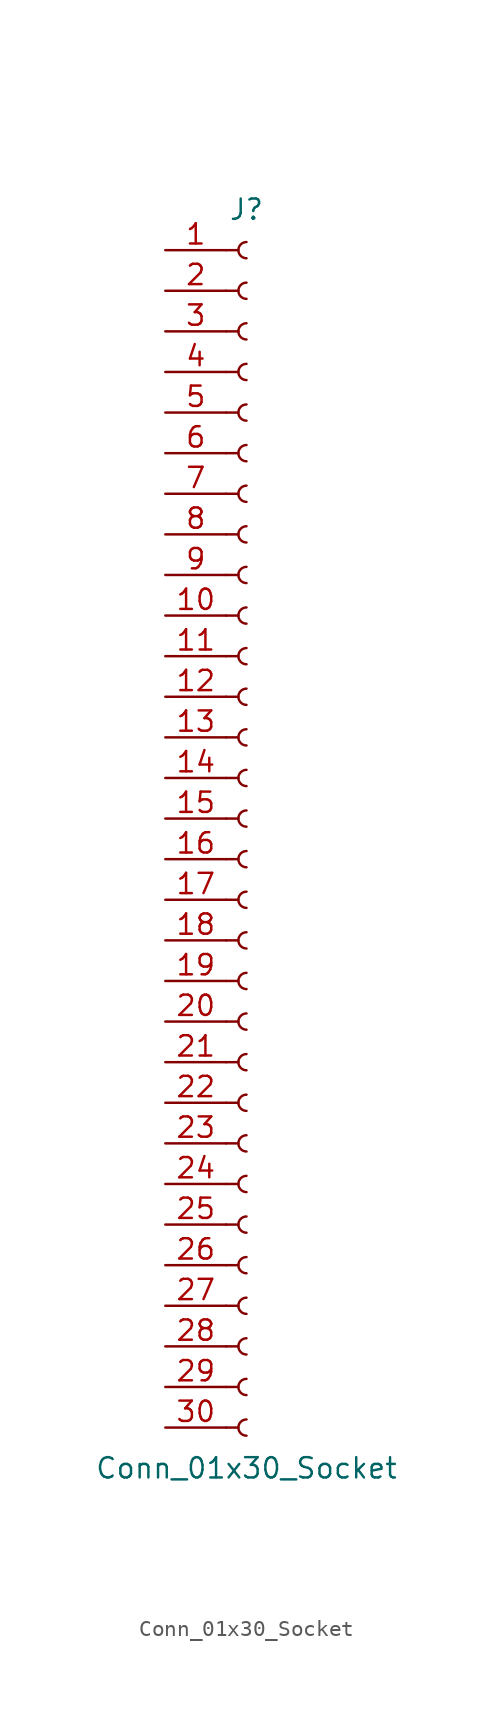
<source format=kicad_sym>
(kicad_symbol_lib
  (version 20241209)
  (generator "kicad_symbol_editor")
  (generator_version "9.0")
  (symbol "Conn_01x30_Socket"
    (pin_names
      (offset 1.016)
      (hide yes))
    (property "Reference" "J"
      (at 0 38.1 0)
      (effects (font (size 1.27 1.27))))
    (property "Value" "Conn_01x30_Socket"
      (at 0 -40.64 0)
      (effects (font (size 1.27 1.27))))
    (property "ki_locked" ""
      (at 0 0 0)
      (effects (font (size 1.27 1.27))))
    (symbol "Conn_01x30_Socket_1_1"
      (polyline (pts (xy -1.27 35.56) (xy -0.508 35.56)) (stroke (width 0.152) (type default)) (fill (type none)))
      (polyline (pts (xy -1.27 33.02) (xy -0.508 33.02)) (stroke (width 0.152) (type default)) (fill (type none)))
      (polyline (pts (xy -1.27 30.48) (xy -0.508 30.48)) (stroke (width 0.152) (type default)) (fill (type none)))
      (polyline (pts (xy -1.27 27.94) (xy -0.508 27.94)) (stroke (width 0.152) (type default)) (fill (type none)))
      (polyline (pts (xy -1.27 25.4) (xy -0.508 25.4)) (stroke (width 0.152) (type default)) (fill (type none)))
      (polyline (pts (xy -1.27 22.86) (xy -0.508 22.86)) (stroke (width 0.152) (type default)) (fill (type none)))
      (polyline (pts (xy -1.27 20.32) (xy -0.508 20.32)) (stroke (width 0.152) (type default)) (fill (type none)))
      (polyline (pts (xy -1.27 17.78) (xy -0.508 17.78)) (stroke (width 0.152) (type default)) (fill (type none)))
      (polyline (pts (xy -1.27 15.24) (xy -0.508 15.24)) (stroke (width 0.152) (type default)) (fill (type none)))
      (polyline (pts (xy -1.27 12.7) (xy -0.508 12.7)) (stroke (width 0.152) (type default)) (fill (type none)))
      (polyline (pts (xy -1.27 10.16) (xy -0.508 10.16)) (stroke (width 0.152) (type default)) (fill (type none)))
      (polyline (pts (xy -1.27 7.62) (xy -0.508 7.62)) (stroke (width 0.152) (type default)) (fill (type none)))
      (polyline (pts (xy -1.27 5.08) (xy -0.508 5.08)) (stroke (width 0.152) (type default)) (fill (type none)))
      (polyline (pts (xy -1.27 2.54) (xy -0.508 2.54)) (stroke (width 0.152) (type default)) (fill (type none)))
      (polyline (pts (xy -1.27 0) (xy -0.508 0)) (stroke (width 0.152) (type default)) (fill (type none)))
      (polyline (pts (xy -1.27 -2.54) (xy -0.508 -2.54)) (stroke (width 0.152) (type default)) (fill (type none)))
      (polyline (pts (xy -1.27 -5.08) (xy -0.508 -5.08)) (stroke (width 0.152) (type default)) (fill (type none)))
      (polyline (pts (xy -1.27 -7.62) (xy -0.508 -7.62)) (stroke (width 0.152) (type default)) (fill (type none)))
      (polyline (pts (xy -1.27 -10.16) (xy -0.508 -10.16)) (stroke (width 0.152) (type default)) (fill (type none)))
      (polyline (pts (xy -1.27 -12.7) (xy -0.508 -12.7)) (stroke (width 0.152) (type default)) (fill (type none)))
      (polyline (pts (xy -1.27 -15.24) (xy -0.508 -15.24)) (stroke (width 0.152) (type default)) (fill (type none)))
      (polyline (pts (xy -1.27 -17.78) (xy -0.508 -17.78)) (stroke (width 0.152) (type default)) (fill (type none)))
      (polyline (pts (xy -1.27 -20.32) (xy -0.508 -20.32)) (stroke (width 0.152) (type default)) (fill (type none)))
      (polyline (pts (xy -1.27 -22.86) (xy -0.508 -22.86)) (stroke (width 0.152) (type default)) (fill (type none)))
      (polyline (pts (xy -1.27 -25.4) (xy -0.508 -25.4)) (stroke (width 0.152) (type default)) (fill (type none)))
      (polyline (pts (xy -1.27 -27.94) (xy -0.508 -27.94)) (stroke (width 0.152) (type default)) (fill (type none)))
      (polyline (pts (xy -1.27 -30.48) (xy -0.508 -30.48)) (stroke (width 0.152) (type default)) (fill (type none)))
      (polyline (pts (xy -1.27 -33.02) (xy -0.508 -33.02)) (stroke (width 0.152) (type default)) (fill (type none)))
      (polyline (pts (xy -1.27 -35.56) (xy -0.508 -35.56)) (stroke (width 0.152) (type default)) (fill (type none)))
      (polyline (pts (xy -1.27 -38.1) (xy -0.508 -38.1)) (stroke (width 0.152) (type default)) (fill (type none)))
      (arc (start 0 35.052) (mid -0.5058 35.56) (end 0 36.068) (stroke (width 0.1524) (type default)) (fill (type none)))
      (arc (start 0 32.512) (mid -0.5058 33.02) (end 0 33.528) (stroke (width 0.1524) (type default)) (fill (type none)))
      (arc (start 0 29.972) (mid -0.5058 30.48) (end 0 30.988) (stroke (width 0.1524) (type default)) (fill (type none)))
      (arc (start 0 27.432) (mid -0.5058 27.94) (end 0 28.448) (stroke (width 0.1524) (type default)) (fill (type none)))
      (arc (start 0 24.892) (mid -0.5058 25.4) (end 0 25.908) (stroke (width 0.1524) (type default)) (fill (type none)))
      (arc (start 0 22.352) (mid -0.5058 22.86) (end 0 23.368) (stroke (width 0.1524) (type default)) (fill (type none)))
      (arc (start 0 19.812) (mid -0.5058 20.32) (end 0 20.828) (stroke (width 0.1524) (type default)) (fill (type none)))
      (arc (start 0 17.272) (mid -0.5058 17.78) (end 0 18.288) (stroke (width 0.1524) (type default)) (fill (type none)))
      (arc (start 0 14.732) (mid -0.5058 15.24) (end 0 15.748) (stroke (width 0.1524) (type default)) (fill (type none)))
      (arc (start 0 12.192) (mid -0.5058 12.7) (end 0 13.208) (stroke (width 0.1524) (type default)) (fill (type none)))
      (arc (start 0 9.652) (mid -0.5058 10.16) (end 0 10.668) (stroke (width 0.1524) (type default)) (fill (type none)))
      (arc (start 0 7.112) (mid -0.5058 7.62) (end 0 8.128) (stroke (width 0.1524) (type default)) (fill (type none)))
      (arc (start 0 4.572) (mid -0.5058 5.08) (end 0 5.588) (stroke (width 0.1524) (type default)) (fill (type none)))
      (arc (start 0 2.032) (mid -0.5058 2.54) (end 0 3.048) (stroke (width 0.1524) (type default)) (fill (type none)))
      (arc (start 0 -0.508) (mid -0.5058 0) (end 0 0.508) (stroke (width 0.1524) (type default)) (fill (type none)))
      (arc (start 0 -3.048) (mid -0.5058 -2.54) (end 0 -2.032) (stroke (width 0.1524) (type default)) (fill (type none)))
      (arc (start 0 -5.588) (mid -0.5058 -5.08) (end 0 -4.572) (stroke (width 0.1524) (type default)) (fill (type none)))
      (arc (start 0 -8.128) (mid -0.5058 -7.62) (end 0 -7.112) (stroke (width 0.1524) (type default)) (fill (type none)))
      (arc (start 0 -10.668) (mid -0.5058 -10.16) (end 0 -9.652) (stroke (width 0.1524) (type default)) (fill (type none)))
      (arc (start 0 -13.208) (mid -0.5058 -12.7) (end 0 -12.192) (stroke (width 0.1524) (type default)) (fill (type none)))
      (arc (start 0 -15.748) (mid -0.5058 -15.24) (end 0 -14.732) (stroke (width 0.1524) (type default)) (fill (type none)))
      (arc (start 0 -18.288) (mid -0.5058 -17.78) (end 0 -17.272) (stroke (width 0.1524) (type default)) (fill (type none)))
      (arc (start 0 -20.828) (mid -0.5058 -20.32) (end 0 -19.812) (stroke (width 0.1524) (type default)) (fill (type none)))
      (arc (start 0 -23.368) (mid -0.5058 -22.86) (end 0 -22.352) (stroke (width 0.1524) (type default)) (fill (type none)))
      (arc (start 0 -25.908) (mid -0.5058 -25.4) (end 0 -24.892) (stroke (width 0.1524) (type default)) (fill (type none)))
      (arc (start 0 -28.448) (mid -0.5058 -27.94) (end 0 -27.432) (stroke (width 0.1524) (type default)) (fill (type none)))
      (arc (start 0 -30.988) (mid -0.5058 -30.48) (end 0 -29.972) (stroke (width 0.1524) (type default)) (fill (type none)))
      (arc (start 0 -33.528) (mid -0.5058 -33.02) (end 0 -32.512) (stroke (width 0.1524) (type default)) (fill (type none)))
      (arc (start 0 -36.068) (mid -0.5058 -35.56) (end 0 -35.052) (stroke (width 0.1524) (type default)) (fill (type none)))
      (arc (start 0 -38.608) (mid -0.5058 -38.1) (end 0 -37.592) (stroke (width 0.1524) (type default)) (fill (type none)))
      (pin passive line (at -5.08 35.56 0) (length 3.81) (name "Pin_1" (effects (font (size 1.27 1.27)))) (number "1" (effects (font (size 1.27 1.27)))))
      (pin passive line (at -5.08 33.02 0) (length 3.81) (name "Pin_2" (effects (font (size 1.27 1.27)))) (number "2" (effects (font (size 1.27 1.27)))))
      (pin passive line (at -5.08 30.48 0) (length 3.81) (name "Pin_3" (effects (font (size 1.27 1.27)))) (number "3" (effects (font (size 1.27 1.27)))))
      (pin passive line (at -5.08 27.94 0) (length 3.81) (name "Pin_4" (effects (font (size 1.27 1.27)))) (number "4" (effects (font (size 1.27 1.27)))))
      (pin passive line (at -5.08 25.4 0) (length 3.81) (name "Pin_5" (effects (font (size 1.27 1.27)))) (number "5" (effects (font (size 1.27 1.27)))))
      (pin passive line (at -5.08 22.86 0) (length 3.81) (name "Pin_6" (effects (font (size 1.27 1.27)))) (number "6" (effects (font (size 1.27 1.27)))))
      (pin passive line (at -5.08 20.32 0) (length 3.81) (name "Pin_7" (effects (font (size 1.27 1.27)))) (number "7" (effects (font (size 1.27 1.27)))))
      (pin passive line (at -5.08 17.78 0) (length 3.81) (name "Pin_8" (effects (font (size 1.27 1.27)))) (number "8" (effects (font (size 1.27 1.27)))))
      (pin passive line (at -5.08 15.24 0) (length 3.81) (name "Pin_9" (effects (font (size 1.27 1.27)))) (number "9" (effects (font (size 1.27 1.27)))))
      (pin passive line (at -5.08 12.7 0) (length 3.81) (name "Pin_10" (effects (font (size 1.27 1.27)))) (number "10" (effects (font (size 1.27 1.27)))))
      (pin passive line (at -5.08 10.16 0) (length 3.81) (name "Pin_11" (effects (font (size 1.27 1.27)))) (number "11" (effects (font (size 1.27 1.27)))))
      (pin passive line (at -5.08 7.62 0) (length 3.81) (name "Pin_12" (effects (font (size 1.27 1.27)))) (number "12" (effects (font (size 1.27 1.27)))))
      (pin passive line (at -5.08 5.08 0) (length 3.81) (name "Pin_13" (effects (font (size 1.27 1.27)))) (number "13" (effects (font (size 1.27 1.27)))))
      (pin passive line (at -5.08 2.54 0) (length 3.81) (name "Pin_14" (effects (font (size 1.27 1.27)))) (number "14" (effects (font (size 1.27 1.27)))))
      (pin passive line (at -5.08 0 0) (length 3.81) (name "Pin_15" (effects (font (size 1.27 1.27)))) (number "15" (effects (font (size 1.27 1.27)))))
      (pin passive line (at -5.08 -2.54 0) (length 3.81) (name "Pin_16" (effects (font (size 1.27 1.27)))) (number "16" (effects (font (size 1.27 1.27)))))
      (pin passive line (at -5.08 -5.08 0) (length 3.81) (name "Pin_17" (effects (font (size 1.27 1.27)))) (number "17" (effects (font (size 1.27 1.27)))))
      (pin passive line (at -5.08 -7.62 0) (length 3.81) (name "Pin_18" (effects (font (size 1.27 1.27)))) (number "18" (effects (font (size 1.27 1.27)))))
      (pin passive line (at -5.08 -10.16 0) (length 3.81) (name "Pin_19" (effects (font (size 1.27 1.27)))) (number "19" (effects (font (size 1.27 1.27)))))
      (pin passive line (at -5.08 -12.7 0) (length 3.81) (name "Pin_20" (effects (font (size 1.27 1.27)))) (number "20" (effects (font (size 1.27 1.27)))))
      (pin passive line (at -5.08 -15.24 0) (length 3.81) (name "Pin_21" (effects (font (size 1.27 1.27)))) (number "21" (effects (font (size 1.27 1.27)))))
      (pin passive line (at -5.08 -17.78 0) (length 3.81) (name "Pin_22" (effects (font (size 1.27 1.27)))) (number "22" (effects (font (size 1.27 1.27)))))
      (pin passive line (at -5.08 -20.32 0) (length 3.81) (name "Pin_23" (effects (font (size 1.27 1.27)))) (number "23" (effects (font (size 1.27 1.27)))))
      (pin passive line (at -5.08 -22.86 0) (length 3.81) (name "Pin_24" (effects (font (size 1.27 1.27)))) (number "24" (effects (font (size 1.27 1.27)))))
      (pin passive line (at -5.08 -25.4 0) (length 3.81) (name "Pin_25" (effects (font (size 1.27 1.27)))) (number "25" (effects (font (size 1.27 1.27)))))
      (pin passive line (at -5.08 -27.94 0) (length 3.81) (name "Pin_26" (effects (font (size 1.27 1.27)))) (number "26" (effects (font (size 1.27 1.27)))))
      (pin passive line (at -5.08 -30.48 0) (length 3.81) (name "Pin_27" (effects (font (size 1.27 1.27)))) (number "27" (effects (font (size 1.27 1.27)))))
      (pin passive line (at -5.08 -33.02 0) (length 3.81) (name "Pin_28" (effects (font (size 1.27 1.27)))) (number "28" (effects (font (size 1.27 1.27)))))
      (pin passive line (at -5.08 -35.56 0) (length 3.81) (name "Pin_29" (effects (font (size 1.27 1.27)))) (number "29" (effects (font (size 1.27 1.27)))))
      (pin passive line (at -5.08 -38.1 0) (length 3.81) (name "Pin_30" (effects (font (size 1.27 1.27)))) (number "30" (effects (font (size 1.27 1.27))))))))
</source>
